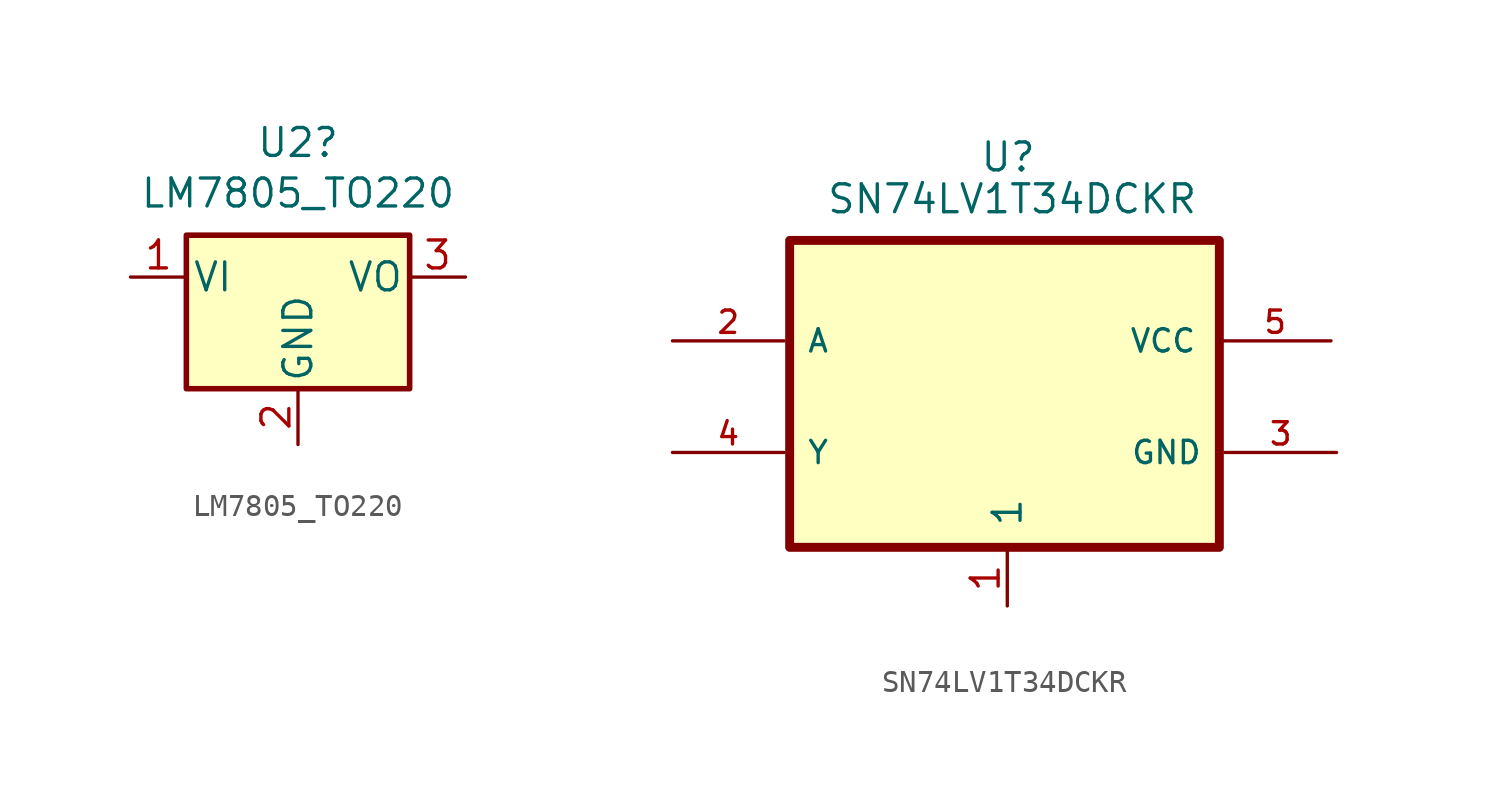
<source format=kicad_sym>
(kicad_symbol_lib
  (version 20211014)
  (generator kicad_symbol_editor)
  (symbol "LM7805_TO220"
    (pin_names
      (offset 0.254))
    (property "Reference" "U2"
      (at 0 6.115 0)
      (effects (font (size 1.27 1.27))))
    (property "Value" "LM7805_TO220"
      (at 0 3.817 0)
      (effects (font (size 1.27 1.27))))
    (symbol "LM7805_TO220_0_1"
      (rectangle (start -5.08 1.905) (end 5.08 -5.08) (stroke (width 0.254) (type default) (color 0 0 0 0)) (fill (type background))))
    (symbol "LM7805_TO220_1_1"
      (pin power_in line (at -7.62 0 0) (length 2.54) (name "VI" (effects (font (size 1.27 1.27)))) (number "1" (effects (font (size 1.27 1.27)))))
      (pin power_in line (at 0 -7.62 90) (length 2.54) (name "GND" (effects (font (size 1.27 1.27)))) (number "2" (effects (font (size 1.27 1.27)))))
      (pin power_out line (at 7.62 0 180) (length 2.54) (name "VO" (effects (font (size 1.27 1.27)))) (number "3" (effects (font (size 1.27 1.27)))))))
  (symbol "SN74LV1T34DCKR"
    (pin_names
      (offset 1.016))
    (property "Reference" "U"
      (at -1.27 10.16 0)
      (effects (font (size 1.27 1.27)) (justify left bottom)))
    (property "Value" "SN74LV1T34DCKR"
      (at -8.255 8.255 0)
      (effects (font (size 1.27 1.27)) (justify left bottom)))
    (property "ki_locked" ""
      (at 0 0 0)
      (effects (font (size 1.27 1.27))))
    (symbol "SN74LV1T34DCKR_0_0"
      (rectangle (start -9.906 7.112) (end 9.652 -6.858) (stroke (width 0.406) (type default) (color 0 0 0 0)) (fill (type background)))
      (pin input line (at -15.24 2.54 0) (length 5.08) (name "A" (effects (font (size 1.016 1.016)))) (number "2" (effects (font (size 1.016 1.016)))))
      (pin power_in line (at 14.986 -2.54 180) (length 5.08) (name "GND" (effects (font (size 1.016 1.016)))) (number "3" (effects (font (size 1.016 1.016)))))
      (pin bidirectional line (at -15.24 -2.54 0) (length 5.08) (name "Y" (effects (font (size 1.016 1.016)))) (number "4" (effects (font (size 1.016 1.016)))))
      (pin power_in line (at 14.732 2.54 180) (length 5.08) (name "VCC" (effects (font (size 1.016 1.016)))) (number "5" (effects (font (size 1.016 1.016))))))
    (symbol "SN74LV1T34DCKR_1_1"
      (pin input line (at 0 -9.525 90) (length 2.54) (name "1" (effects (font (size 1.27 1.27)))) (number "1" (effects (font (size 1.27 1.27))))))))
</source>
